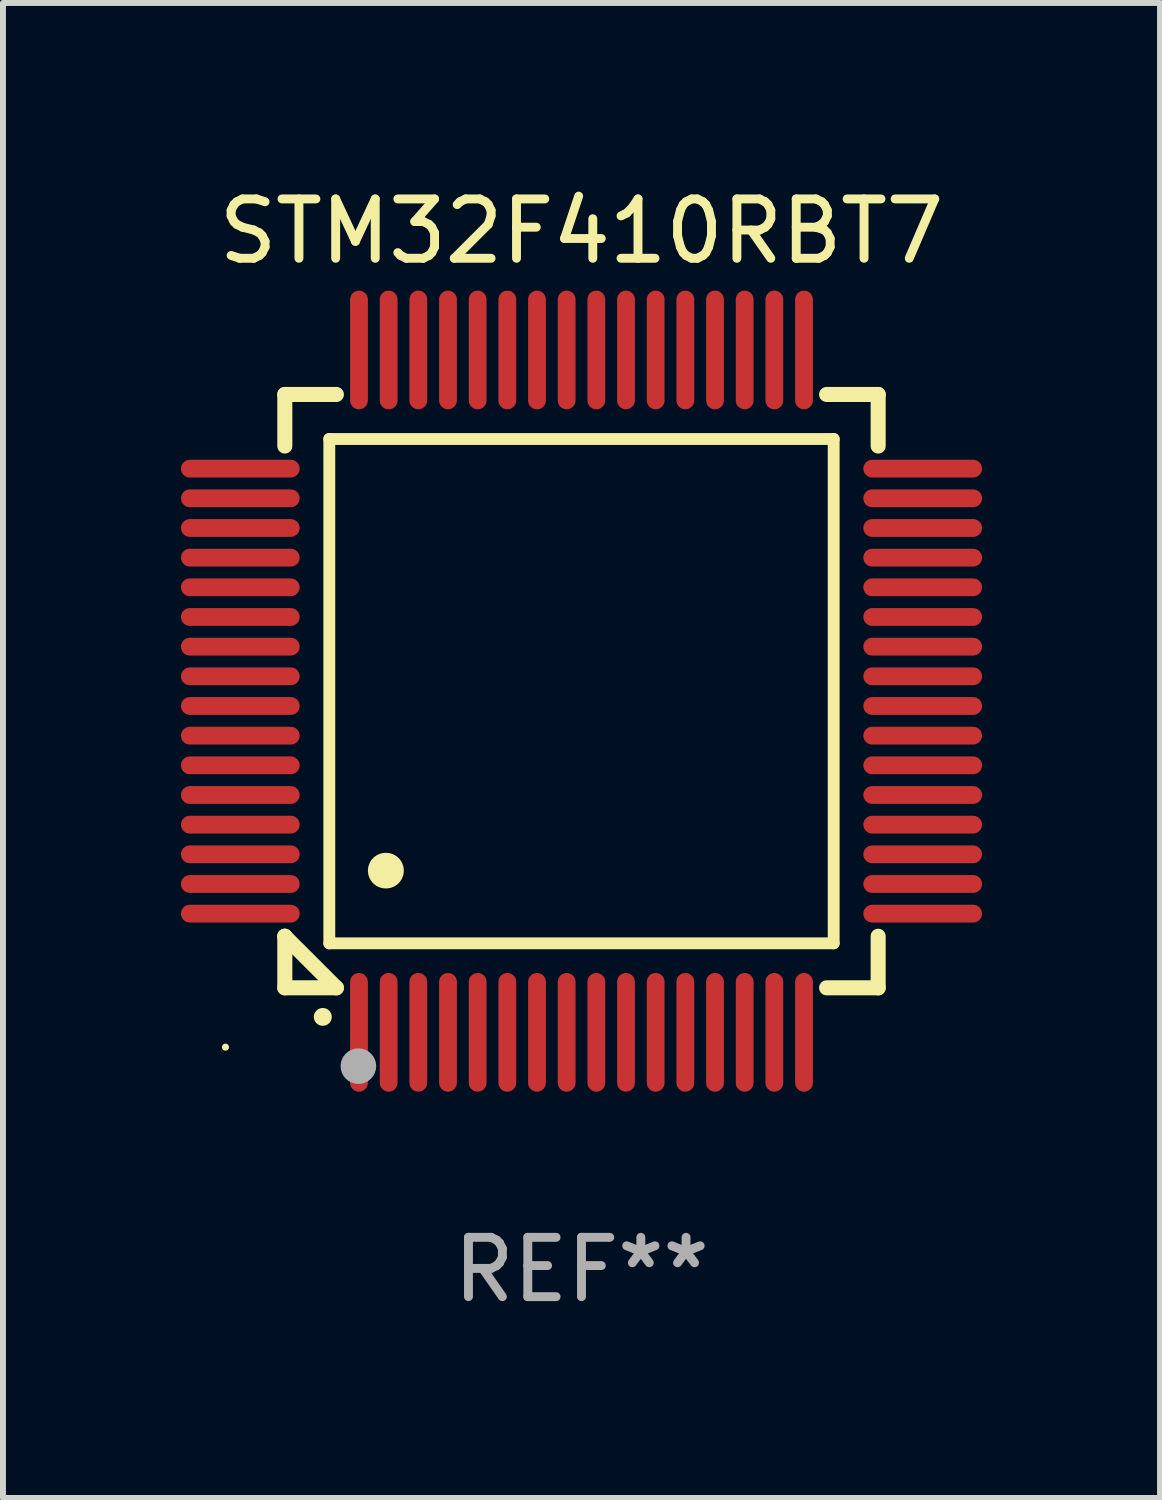
<source format=kicad_pcb>
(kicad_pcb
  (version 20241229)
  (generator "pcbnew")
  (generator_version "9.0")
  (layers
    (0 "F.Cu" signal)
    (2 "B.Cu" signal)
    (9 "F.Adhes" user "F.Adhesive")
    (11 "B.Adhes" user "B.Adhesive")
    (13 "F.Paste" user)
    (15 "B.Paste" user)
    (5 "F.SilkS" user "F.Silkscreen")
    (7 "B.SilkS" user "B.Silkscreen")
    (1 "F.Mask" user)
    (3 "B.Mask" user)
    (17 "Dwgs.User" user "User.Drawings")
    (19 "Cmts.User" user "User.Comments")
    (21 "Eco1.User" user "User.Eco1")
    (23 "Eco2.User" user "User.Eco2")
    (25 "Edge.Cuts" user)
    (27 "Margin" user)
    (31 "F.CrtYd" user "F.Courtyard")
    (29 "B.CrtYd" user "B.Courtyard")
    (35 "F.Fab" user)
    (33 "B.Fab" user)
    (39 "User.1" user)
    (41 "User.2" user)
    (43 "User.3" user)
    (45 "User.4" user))
  (footprint "STM32F410RBT7"
    (layer "F.Cu")
    (at 6.75 8.598)
    (property "Reference" "STM32F410RBT7" (at 0 -7.75 0) (layer "F.SilkS") (effects (font (size 1 1) (thickness 0.15))))
    (attr through_hole)
    (fp_line (start -5 -5) (end -4.131 -5) (stroke (width 0.254) (type solid)) (layer "F.SilkS"))
    (fp_line (start -5 -4.131) (end -5 -5) (stroke (width 0.254) (type solid)) (layer "F.SilkS"))
    (fp_line (start -5 4.131) (end -5 4.131) (stroke (width 0.254) (type solid)) (layer "F.SilkS"))
    (fp_line (start -5 5) (end -5 4.131) (stroke (width 0.254) (type solid)) (layer "F.SilkS"))
    (fp_line (start -5 4.131) (end -4.131 5) (stroke (width 0.254) (type solid)) (layer "F.SilkS"))
    (fp_line (start -4.25 -4.25) (end -4.25 4.25) (stroke (width 0.2) (type solid)) (layer "F.SilkS"))
    (fp_line (start -4.25 4.25) (end 4.25 4.25) (stroke (width 0.2) (type solid)) (layer "F.SilkS"))
    (fp_line (start -4.131 5) (end -5 5) (stroke (width 0.254) (type solid)) (layer "F.SilkS"))
    (fp_line (start 4.25 -4.25) (end -4.25 -4.25) (stroke (width 0.2) (type solid)) (layer "F.SilkS"))
    (fp_line (start 4.25 4.25) (end 4.25 -4.25) (stroke (width 0.2) (type solid)) (layer "F.SilkS"))
    (fp_line (start 5 -5) (end 4.131 -5) (stroke (width 0.254) (type solid)) (layer "F.SilkS"))
    (fp_line (start 5 -5) (end 5 -4.131) (stroke (width 0.254) (type solid)) (layer "F.SilkS"))
    (fp_line (start 5 4.131) (end 5 5) (stroke (width 0.254) (type solid)) (layer "F.SilkS"))
    (fp_line (start 5 5) (end 4.131 5) (stroke (width 0.254) (type solid)) (layer "F.SilkS"))
    (fp_arc (start -4.361265 5.489992) (mid -4.359995 5.489987) (end -4.358725 5.489992) (stroke (width 0.3) (type solid)) (layer "F.SilkS"))
    (fp_arc (start -3.299467 3.025146) (mid -3.296927 3.025135) (end -3.294387 3.025146) (stroke (width 0.6) (type solid)) (layer "F.SilkS"))
    (fp_circle (center -6 6) (end -5.97 6) (stroke (width 0.06) (type solid)) (fill no) (layer "F.SilkS"))
    (fp_circle (center -3.76 6.32) (end -3.61 6.32) (stroke (width 0.3) (type solid)) (fill no) (layer "F.Fab"))
    (fp_text user "REF**" (at 0 9.75 0) (layer "F.Fab") (effects (font (size 1 1) (thickness 0.15))))
    (pad "1" smd oval (at -3.75 5.75) (size 0.3 2) (layers "F.Cu" "F.Mask" "F.Paste"))
    (pad "2" smd oval (at -3.25 5.75) (size 0.3 2) (layers "F.Cu" "F.Mask" "F.Paste"))
    (pad "3" smd oval (at -2.75 5.75) (size 0.3 2) (layers "F.Cu" "F.Mask" "F.Paste"))
    (pad "4" smd oval (at -2.25 5.75) (size 0.3 2) (layers "F.Cu" "F.Mask" "F.Paste"))
    (pad "5" smd oval (at -1.75 5.75) (size 0.3 2) (layers "F.Cu" "F.Mask" "F.Paste"))
    (pad "6" smd oval (at -1.25 5.75) (size 0.3 2) (layers "F.Cu" "F.Mask" "F.Paste"))
    (pad "7" smd oval (at -0.75 5.75) (size 0.3 2) (layers "F.Cu" "F.Mask" "F.Paste"))
    (pad "8" smd oval (at -0.25 5.75) (size 0.3 2) (layers "F.Cu" "F.Mask" "F.Paste"))
    (pad "9" smd oval (at 0.25 5.75) (size 0.3 2) (layers "F.Cu" "F.Mask" "F.Paste"))
    (pad "10" smd oval (at 0.75 5.75) (size 0.3 2) (layers "F.Cu" "F.Mask" "F.Paste"))
    (pad "11" smd oval (at 1.25 5.75) (size 0.3 2) (layers "F.Cu" "F.Mask" "F.Paste"))
    (pad "12" smd oval (at 1.75 5.75) (size 0.3 2) (layers "F.Cu" "F.Mask" "F.Paste"))
    (pad "13" smd oval (at 2.25 5.75) (size 0.3 2) (layers "F.Cu" "F.Mask" "F.Paste"))
    (pad "14" smd oval (at 2.75 5.75) (size 0.3 2) (layers "F.Cu" "F.Mask" "F.Paste"))
    (pad "15" smd oval (at 3.25 5.75) (size 0.3 2) (layers "F.Cu" "F.Mask" "F.Paste"))
    (pad "16" smd oval (at 3.75 5.75) (size 0.3 2) (layers "F.Cu" "F.Mask" "F.Paste"))
    (pad "17" smd oval (at 5.75 3.75) (size 2 0.3) (layers "F.Cu" "F.Mask" "F.Paste"))
    (pad "18" smd oval (at 5.75 3.25) (size 2 0.3) (layers "F.Cu" "F.Mask" "F.Paste"))
    (pad "19" smd oval (at 5.75 2.75) (size 2 0.3) (layers "F.Cu" "F.Mask" "F.Paste"))
    (pad "20" smd oval (at 5.75 2.25) (size 2 0.3) (layers "F.Cu" "F.Mask" "F.Paste"))
    (pad "21" smd oval (at 5.75 1.75) (size 2 0.3) (layers "F.Cu" "F.Mask" "F.Paste"))
    (pad "22" smd oval (at 5.75 1.25) (size 2 0.3) (layers "F.Cu" "F.Mask" "F.Paste"))
    (pad "23" smd oval (at 5.75 0.75) (size 2 0.3) (layers "F.Cu" "F.Mask" "F.Paste"))
    (pad "24" smd oval (at 5.75 0.25) (size 2 0.3) (layers "F.Cu" "F.Mask" "F.Paste"))
    (pad "25" smd oval (at 5.75 -0.25) (size 2 0.3) (layers "F.Cu" "F.Mask" "F.Paste"))
    (pad "26" smd oval (at 5.75 -0.75) (size 2 0.3) (layers "F.Cu" "F.Mask" "F.Paste"))
    (pad "27" smd oval (at 5.75 -1.25) (size 2 0.3) (layers "F.Cu" "F.Mask" "F.Paste"))
    (pad "28" smd oval (at 5.75 -1.75) (size 2 0.3) (layers "F.Cu" "F.Mask" "F.Paste"))
    (pad "29" smd oval (at 5.75 -2.25) (size 2 0.3) (layers "F.Cu" "F.Mask" "F.Paste"))
    (pad "30" smd oval (at 5.75 -2.75) (size 2 0.3) (layers "F.Cu" "F.Mask" "F.Paste"))
    (pad "31" smd oval (at 5.75 -3.25) (size 2 0.3) (layers "F.Cu" "F.Mask" "F.Paste"))
    (pad "32" smd oval (at 5.75 -3.75) (size 2 0.3) (layers "F.Cu" "F.Mask" "F.Paste"))
    (pad "33" smd oval (at 3.75 -5.75) (size 0.3 2) (layers "F.Cu" "F.Mask" "F.Paste"))
    (pad "34" smd oval (at 3.25 -5.75) (size 0.3 2) (layers "F.Cu" "F.Mask" "F.Paste"))
    (pad "35" smd oval (at 2.75 -5.75) (size 0.3 2) (layers "F.Cu" "F.Mask" "F.Paste"))
    (pad "36" smd oval (at 2.25 -5.75) (size 0.3 2) (layers "F.Cu" "F.Mask" "F.Paste"))
    (pad "37" smd oval (at 1.75 -5.75) (size 0.3 2) (layers "F.Cu" "F.Mask" "F.Paste"))
    (pad "38" smd oval (at 1.25 -5.75) (size 0.3 2) (layers "F.Cu" "F.Mask" "F.Paste"))
    (pad "39" smd oval (at 0.75 -5.75) (size 0.3 2) (layers "F.Cu" "F.Mask" "F.Paste"))
    (pad "40" smd oval (at 0.25 -5.75) (size 0.3 2) (layers "F.Cu" "F.Mask" "F.Paste"))
    (pad "41" smd oval (at -0.25 -5.75) (size 0.3 2) (layers "F.Cu" "F.Mask" "F.Paste"))
    (pad "42" smd oval (at -0.75 -5.75) (size 0.3 2) (layers "F.Cu" "F.Mask" "F.Paste"))
    (pad "43" smd oval (at -1.25 -5.75) (size 0.3 2) (layers "F.Cu" "F.Mask" "F.Paste"))
    (pad "44" smd oval (at -1.75 -5.75) (size 0.3 2) (layers "F.Cu" "F.Mask" "F.Paste"))
    (pad "45" smd oval (at -2.25 -5.75) (size 0.3 2) (layers "F.Cu" "F.Mask" "F.Paste"))
    (pad "46" smd oval (at -2.75 -5.75) (size 0.3 2) (layers "F.Cu" "F.Mask" "F.Paste"))
    (pad "47" smd oval (at -3.25 -5.75) (size 0.3 2) (layers "F.Cu" "F.Mask" "F.Paste"))
    (pad "48" smd oval (at -3.75 -5.75) (size 0.3 2) (layers "F.Cu" "F.Mask" "F.Paste"))
    (pad "49" smd oval (at -5.75 -3.75) (size 2 0.3) (layers "F.Cu" "F.Mask" "F.Paste"))
    (pad "50" smd oval (at -5.75 -3.25) (size 2 0.3) (layers "F.Cu" "F.Mask" "F.Paste"))
    (pad "51" smd oval (at -5.75 -2.75) (size 2 0.3) (layers "F.Cu" "F.Mask" "F.Paste"))
    (pad "52" smd oval (at -5.75 -2.25) (size 2 0.3) (layers "F.Cu" "F.Mask" "F.Paste"))
    (pad "53" smd oval (at -5.75 -1.75) (size 2 0.3) (layers "F.Cu" "F.Mask" "F.Paste"))
    (pad "54" smd oval (at -5.75 -1.25) (size 2 0.3) (layers "F.Cu" "F.Mask" "F.Paste"))
    (pad "55" smd oval (at -5.75 -0.75) (size 2 0.3) (layers "F.Cu" "F.Mask" "F.Paste"))
    (pad "56" smd oval (at -5.75 -0.25) (size 2 0.3) (layers "F.Cu" "F.Mask" "F.Paste"))
    (pad "57" smd oval (at -5.75 0.25) (size 2 0.3) (layers "F.Cu" "F.Mask" "F.Paste"))
    (pad "58" smd oval (at -5.75 0.75) (size 2 0.3) (layers "F.Cu" "F.Mask" "F.Paste"))
    (pad "59" smd oval (at -5.75 1.25) (size 2 0.3) (layers "F.Cu" "F.Mask" "F.Paste"))
    (pad "60" smd oval (at -5.75 1.75) (size 2 0.3) (layers "F.Cu" "F.Mask" "F.Paste"))
    (pad "61" smd oval (at -5.75 2.25) (size 2 0.3) (layers "F.Cu" "F.Mask" "F.Paste"))
    (pad "62" smd oval (at -5.75 2.75) (size 2 0.3) (layers "F.Cu" "F.Mask" "F.Paste"))
    (pad "63" smd oval (at -5.75 3.25) (size 2 0.3) (layers "F.Cu" "F.Mask" "F.Paste"))
    (pad "64" smd oval (at -5.75 3.75) (size 2 0.3) (layers "F.Cu" "F.Mask" "F.Paste")))
  (gr_rect
    (start -3 -3)
    (end 16.5 22.196)
    (stroke (width 0.1) (type default))
    (fill no)
    (layer "Edge.Cuts")))
</source>
